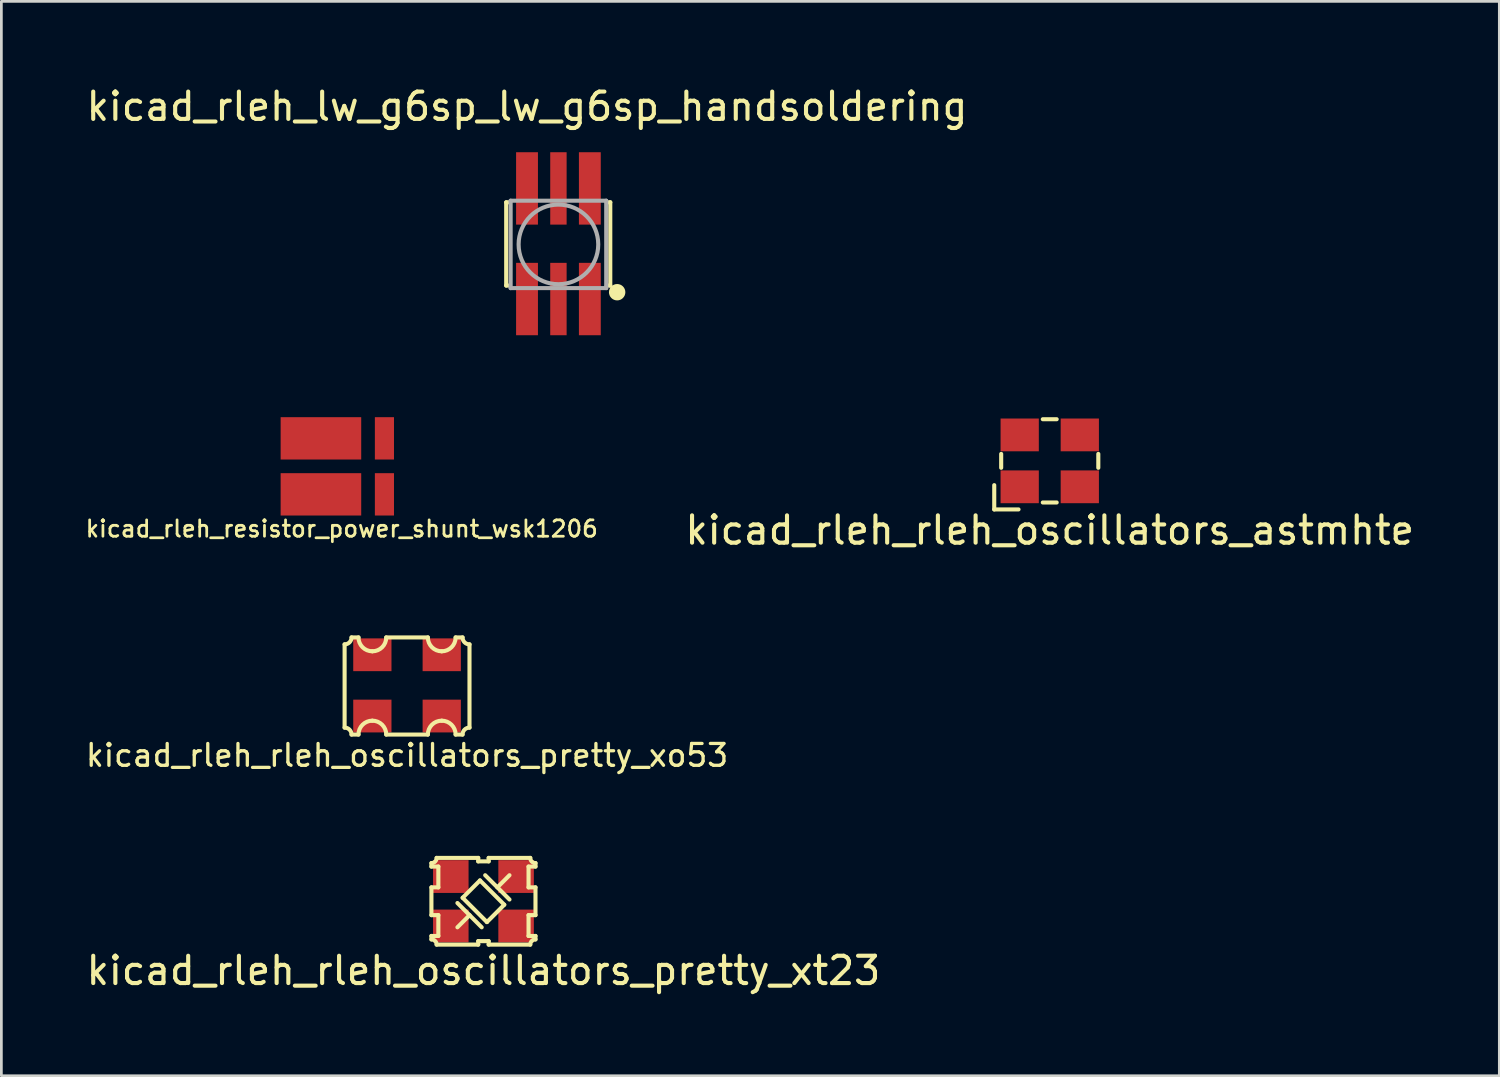
<source format=kicad_pcb>
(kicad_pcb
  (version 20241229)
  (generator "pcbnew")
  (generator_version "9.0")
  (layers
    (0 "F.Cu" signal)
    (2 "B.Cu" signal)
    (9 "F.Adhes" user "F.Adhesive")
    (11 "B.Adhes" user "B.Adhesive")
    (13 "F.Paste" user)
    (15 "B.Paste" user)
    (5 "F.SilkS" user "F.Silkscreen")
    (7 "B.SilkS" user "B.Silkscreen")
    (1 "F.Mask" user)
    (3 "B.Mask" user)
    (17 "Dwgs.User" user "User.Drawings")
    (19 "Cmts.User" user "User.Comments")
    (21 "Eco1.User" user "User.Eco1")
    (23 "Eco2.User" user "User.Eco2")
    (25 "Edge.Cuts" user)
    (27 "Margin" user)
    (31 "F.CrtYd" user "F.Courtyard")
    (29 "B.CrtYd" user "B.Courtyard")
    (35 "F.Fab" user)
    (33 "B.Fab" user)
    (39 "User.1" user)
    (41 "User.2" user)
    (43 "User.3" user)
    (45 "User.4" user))
  (footprint "kicad_rleh_rleh_oscillators_astmhte"
    (layer "F.Cu")
    (at 35.381 13.822)
    (property "Reference" "kicad_rleh_rleh_oscillators_astmhte" (at 0 2.54 0) (layer "F.SilkS") (effects (font (size 1 1) (thickness 0.15))))
    (attr through_hole)
    (fp_line (start -2.032 0.889) (end -2.032 1.778) (stroke (width 0.15) (type solid)) (layer "F.SilkS"))
    (fp_line (start -2.032 1.778) (end -1.143 1.778) (stroke (width 0.15) (type solid)) (layer "F.SilkS"))
    (fp_line (start -1.778 0.254) (end -1.778 -0.254) (stroke (width 0.15) (type solid)) (layer "F.SilkS"))
    (fp_line (start -0.254 -1.524) (end 0.254 -1.524) (stroke (width 0.15) (type solid)) (layer "F.SilkS"))
    (fp_line (start 0.254 1.524) (end -0.254 1.524) (stroke (width 0.15) (type solid)) (layer "F.SilkS"))
    (fp_line (start 1.778 -0.254) (end 1.778 0.254) (stroke (width 0.15) (type solid)) (layer "F.SilkS"))
    (pad "1" smd rect (at -1.1 0.95) (size 1.4 1.2) (layers "F.Cu" "F.Mask" "F.Paste"))
    (pad "2" smd rect (at 1.1 0.95) (size 1.4 1.2) (layers "F.Cu" "F.Mask" "F.Paste"))
    (pad "3" smd rect (at 1.1 -0.95) (size 1.4 1.2) (layers "F.Cu" "F.Mask" "F.Paste"))
    (pad "4" smd rect (at -1.1 -0.95) (size 1.4 1.2) (layers "F.Cu" "F.Mask" "F.Paste")))
  (footprint "kicad_rleh_rleh_oscillators_pretty_xo53"
    (layer "F.Cu")
    (at 11.852 22.064)
    (property "Reference" "kicad_rleh_rleh_oscillators_pretty_xo53" (at 0 2.54 0) (layer "F.SilkS") (effects (font (size 0.8 0.8) (thickness 0.12))))
    (attr through_hole)
    (fp_line (start -2.286 -1.524) (end -2.286 1.524) (stroke (width 0.15) (type solid)) (layer "F.SilkS"))
    (fp_line (start -2.032 -1.778) (end -1.778 -1.778) (stroke (width 0.15) (type solid)) (layer "F.SilkS"))
    (fp_line (start -2.032 1.778) (end -1.778 1.778) (stroke (width 0.15) (type solid)) (layer "F.SilkS"))
    (fp_line (start -0.762 -1.778) (end 0.762 -1.778) (stroke (width 0.15) (type solid)) (layer "F.SilkS"))
    (fp_line (start -0.762 1.778) (end 0.762 1.778) (stroke (width 0.15) (type solid)) (layer "F.SilkS"))
    (fp_line (start 2.032 -1.778) (end 1.778 -1.778) (stroke (width 0.15) (type solid)) (layer "F.SilkS"))
    (fp_line (start 2.032 1.778) (end 1.778 1.778) (stroke (width 0.15) (type solid)) (layer "F.SilkS"))
    (fp_line (start 2.286 -1.524) (end 2.286 1.524) (stroke (width 0.15) (type solid)) (layer "F.SilkS"))
    (fp_arc (start -2.286 1.524) (mid -2.106395 1.598395) (end -2.032 1.778) (stroke (width 0.15) (type solid)) (layer "F.SilkS"))
    (fp_arc (start -2.032 -1.778) (mid -2.106395 -1.598395) (end -2.286 -1.524) (stroke (width 0.15) (type solid)) (layer "F.SilkS"))
    (fp_arc (start -1.778 1.778) (mid -1.62921 1.41879) (end -1.27 1.27) (stroke (width 0.15) (type solid)) (layer "F.SilkS"))
    (fp_arc (start -1.27 -1.27) (mid -1.62921 -1.41879) (end -1.778 -1.778) (stroke (width 0.15) (type solid)) (layer "F.SilkS"))
    (fp_arc (start -1.27 1.27) (mid -0.91079 1.41879) (end -0.762 1.778) (stroke (width 0.15) (type solid)) (layer "F.SilkS"))
    (fp_arc (start -0.762 -1.778) (mid -0.91079 -1.41879) (end -1.27 -1.27) (stroke (width 0.15) (type solid)) (layer "F.SilkS"))
    (fp_arc (start 0.762 1.778) (mid 0.91079 1.41879) (end 1.27 1.27) (stroke (width 0.15) (type solid)) (layer "F.SilkS"))
    (fp_arc (start 1.27 -1.27) (mid 0.91079 -1.41879) (end 0.762 -1.778) (stroke (width 0.15) (type solid)) (layer "F.SilkS"))
    (fp_arc (start 1.27 1.27) (mid 1.62921 1.41879) (end 1.778 1.778) (stroke (width 0.15) (type solid)) (layer "F.SilkS"))
    (fp_arc (start 1.778 -1.778) (mid 1.62921 -1.41879) (end 1.27 -1.27) (stroke (width 0.15) (type solid)) (layer "F.SilkS"))
    (fp_arc (start 2.032 1.778) (mid 2.106395 1.598395) (end 2.286 1.524) (stroke (width 0.15) (type solid)) (layer "F.SilkS"))
    (fp_arc (start 2.286 -1.524) (mid 2.106395 -1.598395) (end 2.032 -1.778) (stroke (width 0.15) (type solid)) (layer "F.SilkS"))
    (pad "1" smd rect (at -1.27 1.1) (size 1.4 1.2) (layers "F.Cu" "F.Mask" "F.Paste"))
    (pad "2" smd rect (at 1.27 1.1) (size 1.4 1.2) (layers "F.Cu" "F.Mask" "F.Paste"))
    (pad "3" smd rect (at 1.27 -1.143) (size 1.4 1.2) (layers "F.Cu" "F.Mask" "F.Paste"))
    (pad "4" smd rect (at -1.27 -1.143) (size 1.4 1.2) (layers "F.Cu" "F.Mask" "F.Paste")))
  (footprint "kicad_rleh_resistor_power_shunt_wsk1206"
    (layer "F.Cu")
    (at 8.699 14.023)
    (property "Reference" "kicad_rleh_resistor_power_shunt_wsk1206" (at 0.762 2.286 0) (layer "F.SilkS") (effects (font (size 0.6 0.6) (thickness 0.1))))
    (attr through_hole)
    (pad "1" smd rect (at 0 -1.025) (size 2.95 1.55) (layers "F.Cu" "F.Mask" "F.Paste"))
    (pad "1" smd rect (at 2.325 -1.025) (size 0.7 1.55) (layers "F.Cu" "F.Mask" "F.Paste"))
    (pad "2" smd rect (at 0 1.025) (size 2.95 1.55) (layers "F.Cu" "F.Mask" "F.Paste"))
    (pad "2" smd rect (at 2.325 1.025) (size 0.7 1.55) (layers "F.Cu" "F.Mask" "F.Paste")))
  (footprint "kicad_rleh_lw_g6sp_lw_g6sp_handsoldering"
    (layer "F.Cu")
    (at 16.244 3.848)
    (property "Reference" "kicad_rleh_lw_g6sp_lw_g6sp_handsoldering" (at 0 -3 0) (layer "F.SilkS") (effects (font (size 1 1) (thickness 0.15))))
    (attr through_hole)
    (fp_line (start -0.762 0.508) (end -0.762 3.556) (stroke (width 0.15) (type solid)) (layer "F.SilkS"))
    (fp_line (start -0.762 3.556) (end -0.635 3.556) (stroke (width 0.15) (type solid)) (layer "F.SilkS"))
    (fp_line (start -0.635 0.508) (end -0.762 0.508) (stroke (width 0.15) (type solid)) (layer "F.SilkS"))
    (fp_line (start 2.921 0.508) (end 3.048 0.508) (stroke (width 0.15) (type solid)) (layer "F.SilkS"))
    (fp_line (start 3.048 0.508) (end 3.048 3.556) (stroke (width 0.15) (type solid)) (layer "F.SilkS"))
    (fp_line (start 3.048 3.556) (end 2.921 3.556) (stroke (width 0.15) (type solid)) (layer "F.SilkS"))
    (fp_circle (center 3.3 3.8) (end 3.45 3.8) (stroke (width 0.3) (type solid)) (fill no) (layer "F.SilkS"))
    (fp_line (start -0.6 0.45) (end -0.6 3.65) (stroke (width 0.15) (type solid)) (layer "F.Fab"))
    (fp_line (start -0.6 0.45) (end 2.9 0.45) (stroke (width 0.15) (type solid)) (layer "F.Fab"))
    (fp_line (start -0.6 3.65) (end 2.9 3.65) (stroke (width 0.15) (type solid)) (layer "F.Fab"))
    (fp_line (start 2.9 0.45) (end 2.9 3.65) (stroke (width 0.15) (type solid)) (layer "F.Fab"))
    (fp_circle (center 1.15 2.05) (end 2.6 1.9) (stroke (width 0.15) (type solid)) (fill no) (layer "F.Fab"))
    (pad "1" smd rect (at 1.15 0) (size 0.6 2.65) (layers "F.Cu" "F.Mask"))
    (pad "2" smd rect (at 0 0) (size 0.8 2.65) (layers "F.Cu" "F.Mask"))
    (pad "2" smd rect (at 0 4.05) (size 0.8 2.65) (layers "F.Cu" "F.Mask"))
    (pad "2" smd rect (at 2.3 0) (size 0.8 2.65) (layers "F.Cu" "F.Mask"))
    (pad "2" smd rect (at 2.3 4.05) (size 0.8 2.65) (layers "F.Cu" "F.Mask"))
    (pad "~" smd rect (at 1.15 4.05) (size 0.6 2.65) (layers "F.Cu" "F.Mask")))
  (footprint "kicad_rleh_rleh_oscillators_pretty_xt23"
    (layer "F.Cu")
    (at 14.649 29.945)
    (property "Reference" "kicad_rleh_rleh_oscillators_pretty_xt23" (at 0 2.54 0) (layer "F.SilkS") (effects (font (size 1 1) (thickness 0.15))))
    (attr through_hole)
    (fp_line (start -1.905 -1.397) (end -1.905 -1.27) (stroke (width 0.15) (type solid)) (layer "F.SilkS"))
    (fp_line (start -1.905 -0.508) (end -1.905 0.508) (stroke (width 0.15) (type solid)) (layer "F.SilkS"))
    (fp_line (start -1.905 0.508) (end -1.651 0.508) (stroke (width 0.15) (type solid)) (layer "F.SilkS"))
    (fp_line (start -1.905 1.27) (end -1.905 1.397) (stroke (width 0.15) (type solid)) (layer "F.SilkS"))
    (fp_line (start -1.714 -1.587) (end -0.191 -1.587) (stroke (width 0.15) (type solid)) (layer "F.SilkS"))
    (fp_line (start -1.651 -1.27) (end -1.905 -1.27) (stroke (width 0.15) (type solid)) (layer "F.SilkS"))
    (fp_line (start -1.651 -1.27) (end -1.651 -0.508) (stroke (width 0.15) (type solid)) (layer "F.SilkS"))
    (fp_line (start -1.651 -0.508) (end -1.905 -0.508) (stroke (width 0.15) (type solid)) (layer "F.SilkS"))
    (fp_line (start -1.651 0.508) (end -1.651 1.27) (stroke (width 0.15) (type solid)) (layer "F.SilkS"))
    (fp_line (start -1.651 1.27) (end -1.905 1.27) (stroke (width 0.15) (type solid)) (layer "F.SilkS"))
    (fp_line (start -0.953 0.064) (end -0.064 0.953) (stroke (width 0.15) (type solid)) (layer "F.SilkS"))
    (fp_line (start -0.762 -0.127) (end 0.127 0.762) (stroke (width 0.15) (type solid)) (layer "F.SilkS"))
    (fp_line (start -0.508 0.508) (end -0.953 0.953) (stroke (width 0.15) (type solid)) (layer "F.SilkS"))
    (fp_line (start -0.191 -1.587) (end -0.191 -1.46) (stroke (width 0.15) (type solid)) (layer "F.SilkS"))
    (fp_line (start -0.191 -1.46) (end 0.191 -1.46) (stroke (width 0.15) (type solid)) (layer "F.SilkS"))
    (fp_line (start -0.191 1.46) (end -0.191 1.587) (stroke (width 0.15) (type solid)) (layer "F.SilkS"))
    (fp_line (start -0.191 1.46) (end 0.191 1.46) (stroke (width 0.15) (type solid)) (layer "F.SilkS"))
    (fp_line (start -0.191 1.587) (end -1.714 1.587) (stroke (width 0.15) (type solid)) (layer "F.SilkS"))
    (fp_line (start -0.127 -0.762) (end -0.762 -0.127) (stroke (width 0.15) (type solid)) (layer "F.SilkS"))
    (fp_line (start 0.064 -0.953) (end 0.953 -0.064) (stroke (width 0.15) (type solid)) (layer "F.SilkS"))
    (fp_line (start 0.127 0.762) (end 0.762 0.127) (stroke (width 0.15) (type solid)) (layer "F.SilkS"))
    (fp_line (start 0.191 -1.587) (end 1.714 -1.587) (stroke (width 0.15) (type solid)) (layer "F.SilkS"))
    (fp_line (start 0.191 -1.46) (end 0.191 -1.587) (stroke (width 0.15) (type solid)) (layer "F.SilkS"))
    (fp_line (start 0.191 1.46) (end 0.191 1.587) (stroke (width 0.15) (type solid)) (layer "F.SilkS"))
    (fp_line (start 0.191 1.587) (end 1.714 1.587) (stroke (width 0.15) (type solid)) (layer "F.SilkS"))
    (fp_line (start 0.762 0.127) (end -0.127 -0.762) (stroke (width 0.15) (type solid)) (layer "F.SilkS"))
    (fp_line (start 0.953 -0.953) (end 0.508 -0.508) (stroke (width 0.15) (type solid)) (layer "F.SilkS"))
    (fp_line (start 1.651 -1.27) (end 1.651 -0.508) (stroke (width 0.15) (type solid)) (layer "F.SilkS"))
    (fp_line (start 1.651 0.508) (end 1.651 1.27) (stroke (width 0.15) (type solid)) (layer "F.SilkS"))
    (fp_line (start 1.651 0.508) (end 1.905 0.508) (stroke (width 0.15) (type solid)) (layer "F.SilkS"))
    (fp_line (start 1.905 -1.27) (end 1.651 -1.27) (stroke (width 0.15) (type solid)) (layer "F.SilkS"))
    (fp_line (start 1.905 -1.27) (end 1.905 -1.397) (stroke (width 0.15) (type solid)) (layer "F.SilkS"))
    (fp_line (start 1.905 -0.508) (end 1.651 -0.508) (stroke (width 0.15) (type solid)) (layer "F.SilkS"))
    (fp_line (start 1.905 -0.508) (end 1.905 0.508) (stroke (width 0.15) (type solid)) (layer "F.SilkS"))
    (fp_line (start 1.905 1.27) (end 1.651 1.27) (stroke (width 0.15) (type solid)) (layer "F.SilkS"))
    (fp_line (start 1.905 1.27) (end 1.905 1.397) (stroke (width 0.15) (type solid)) (layer "F.SilkS"))
    (fp_arc (start -1.905 1.397) (mid -1.770296 1.452796) (end -1.7145 1.5875) (stroke (width 0.15) (type solid)) (layer "F.SilkS"))
    (fp_arc (start -1.7145 -1.5875) (mid -1.770296 -1.452796) (end -1.905 -1.397) (stroke (width 0.15) (type solid)) (layer "F.SilkS"))
    (fp_arc (start 1.7145 1.5875) (mid 1.770296 1.452796) (end 1.905 1.397) (stroke (width 0.15) (type solid)) (layer "F.SilkS"))
    (fp_arc (start 1.905 -1.397) (mid 1.770296 -1.452796) (end 1.7145 -1.5875) (stroke (width 0.15) (type solid)) (layer "F.SilkS"))
    (pad "1" smd rect (at -1.195 0.905) (size 1.3 1.2) (layers "F.Cu" "F.Mask" "F.Paste"))
    (pad "2" smd rect (at 1.195 -0.905) (size 1.3 1.2) (layers "F.Cu" "F.Mask" "F.Paste"))
    (pad "3" smd rect (at -1.195 -0.905) (size 1.3 1.2) (layers "F.Cu" "F.Mask" "F.Paste"))
    (pad "3" smd rect (at 1.195 0.905) (size 1.3 1.2) (layers "F.Cu" "F.Mask" "F.Paste")))
  (gr_rect
    (start -3 -3)
    (end 51.84 36.333)
    (stroke (width 0.1) (type default))
    (fill no)
    (layer "Edge.Cuts")))
</source>
